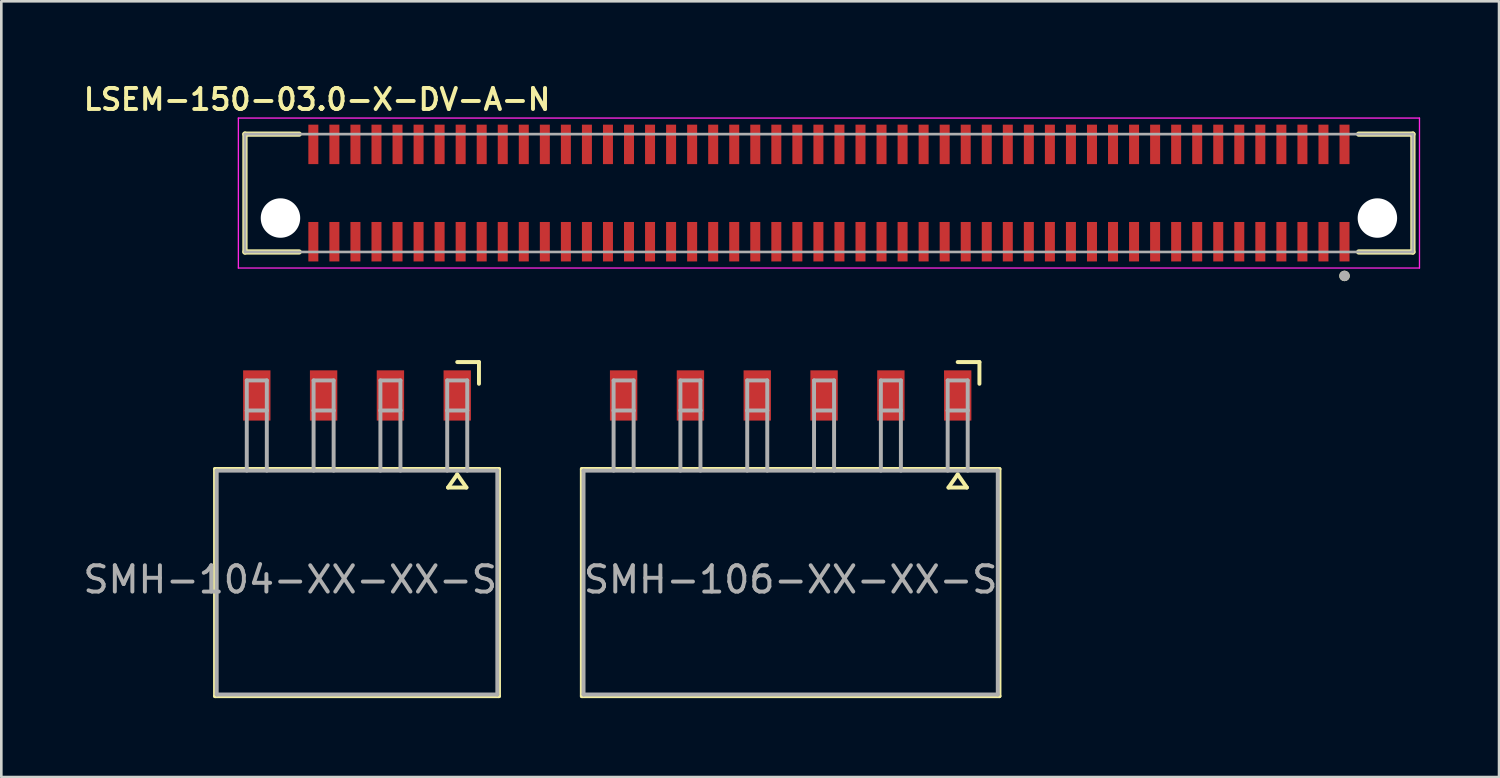
<source format=kicad_pcb>
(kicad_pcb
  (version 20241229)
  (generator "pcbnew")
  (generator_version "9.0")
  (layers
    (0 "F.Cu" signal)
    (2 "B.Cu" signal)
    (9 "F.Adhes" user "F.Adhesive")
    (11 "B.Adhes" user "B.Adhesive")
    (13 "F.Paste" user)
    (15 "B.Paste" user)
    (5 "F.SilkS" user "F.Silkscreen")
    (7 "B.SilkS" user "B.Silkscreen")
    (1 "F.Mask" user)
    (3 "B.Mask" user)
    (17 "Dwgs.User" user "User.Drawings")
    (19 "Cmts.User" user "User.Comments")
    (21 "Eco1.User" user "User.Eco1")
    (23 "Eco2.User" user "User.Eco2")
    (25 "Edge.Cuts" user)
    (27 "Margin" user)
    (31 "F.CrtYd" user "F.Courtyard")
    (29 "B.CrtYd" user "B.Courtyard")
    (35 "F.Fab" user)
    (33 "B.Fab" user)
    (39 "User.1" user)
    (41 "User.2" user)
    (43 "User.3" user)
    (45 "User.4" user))
  (footprint "SMH-104-XX-XX-S"
    (layer "F.Cu")
    (at 10.522 18.984)
    (property "Reference" "SMH-104-XX-XX-S" (at -2.54 0 0) (layer "F.Fab") (effects (font (size 1 1) (thickness 0.15))))
    (attr smd)
    (fp_line (start -5.397 -4.206) (end 5.397 -4.206) (stroke (width 0.15) (type solid)) (layer "F.SilkS"))
    (fp_line (start -5.397 4.43) (end -5.397 -4.206) (stroke (width 0.15) (type solid)) (layer "F.SilkS"))
    (fp_line (start 3.46 -3.5) (end 4.16 -3.5) (stroke (width 0.15) (type solid)) (layer "F.SilkS"))
    (fp_line (start 3.81 -8.27) (end 4.636 -8.27) (stroke (width 0.15) (type solid)) (layer "F.SilkS"))
    (fp_line (start 3.81 -4) (end 3.46 -3.5) (stroke (width 0.15) (type solid)) (layer "F.SilkS"))
    (fp_line (start 4.16 -3.5) (end 3.81 -4) (stroke (width 0.15) (type solid)) (layer "F.SilkS"))
    (fp_line (start 4.636 -8.27) (end 4.636 -7.444) (stroke (width 0.15) (type solid)) (layer "F.SilkS"))
    (fp_line (start 5.397 -4.206) (end 5.397 4.43) (stroke (width 0.15) (type solid)) (layer "F.SilkS"))
    (fp_line (start 5.397 4.43) (end -5.397 4.43) (stroke (width 0.15) (type solid)) (layer "F.SilkS"))
    (fp_line (start -5.334 -4.143) (end 5.334 -4.143) (stroke (width 0.15) (type solid)) (layer "F.Fab"))
    (fp_line (start -5.334 4.367) (end -5.334 -4.143) (stroke (width 0.15) (type solid)) (layer "F.Fab"))
    (fp_line (start -4.191 -7.572) (end -3.429 -7.572) (stroke (width 0.15) (type solid)) (layer "F.Fab"))
    (fp_line (start -4.191 -6.428) (end -4.191 -7.572) (stroke (width 0.15) (type solid)) (layer "F.Fab"))
    (fp_line (start -4.191 -6.428) (end -4.191 -4.143) (stroke (width 0.15) (type solid)) (layer "F.Fab"))
    (fp_line (start -3.429 -7.572) (end -3.429 -6.428) (stroke (width 0.15) (type solid)) (layer "F.Fab"))
    (fp_line (start -3.429 -6.428) (end -4.191 -6.428) (stroke (width 0.15) (type solid)) (layer "F.Fab"))
    (fp_line (start -3.429 -4.143) (end -3.429 -6.428) (stroke (width 0.15) (type solid)) (layer "F.Fab"))
    (fp_line (start -1.651 -7.572) (end -0.889 -7.572) (stroke (width 0.15) (type solid)) (layer "F.Fab"))
    (fp_line (start -1.651 -6.428) (end -1.651 -7.572) (stroke (width 0.15) (type solid)) (layer "F.Fab"))
    (fp_line (start -1.651 -6.428) (end -1.651 -4.143) (stroke (width 0.15) (type solid)) (layer "F.Fab"))
    (fp_line (start -0.889 -7.572) (end -0.889 -6.428) (stroke (width 0.15) (type solid)) (layer "F.Fab"))
    (fp_line (start -0.889 -6.428) (end -1.651 -6.428) (stroke (width 0.15) (type solid)) (layer "F.Fab"))
    (fp_line (start -0.889 -4.143) (end -0.889 -6.428) (stroke (width 0.15) (type solid)) (layer "F.Fab"))
    (fp_line (start 0.889 -7.572) (end 1.651 -7.572) (stroke (width 0.15) (type solid)) (layer "F.Fab"))
    (fp_line (start 0.889 -6.428) (end 0.889 -7.572) (stroke (width 0.15) (type solid)) (layer "F.Fab"))
    (fp_line (start 0.889 -6.428) (end 0.889 -4.143) (stroke (width 0.15) (type solid)) (layer "F.Fab"))
    (fp_line (start 1.651 -7.572) (end 1.651 -6.428) (stroke (width 0.15) (type solid)) (layer "F.Fab"))
    (fp_line (start 1.651 -6.428) (end 0.889 -6.428) (stroke (width 0.15) (type solid)) (layer "F.Fab"))
    (fp_line (start 1.651 -4.143) (end 1.651 -6.428) (stroke (width 0.15) (type solid)) (layer "F.Fab"))
    (fp_line (start 3.429 -7.572) (end 4.191 -7.572) (stroke (width 0.15) (type solid)) (layer "F.Fab"))
    (fp_line (start 3.429 -6.428) (end 3.429 -7.572) (stroke (width 0.15) (type solid)) (layer "F.Fab"))
    (fp_line (start 3.429 -6.428) (end 3.429 -4.143) (stroke (width 0.15) (type solid)) (layer "F.Fab"))
    (fp_line (start 4.191 -7.572) (end 4.191 -6.428) (stroke (width 0.15) (type solid)) (layer "F.Fab"))
    (fp_line (start 4.191 -6.428) (end 3.429 -6.428) (stroke (width 0.15) (type solid)) (layer "F.Fab"))
    (fp_line (start 4.191 -4.143) (end 4.191 -6.428) (stroke (width 0.15) (type solid)) (layer "F.Fab"))
    (fp_line (start 5.334 -4.143) (end 5.334 4.367) (stroke (width 0.15) (type solid)) (layer "F.Fab"))
    (fp_line (start 5.334 4.367) (end -5.334 4.367) (stroke (width 0.15) (type solid)) (layer "F.Fab"))
    (pad "1" smd rect (at 3.81 -7) (size 1.04 1.91) (layers "F.Cu" "F.Mask" "F.Paste"))
    (pad "2" smd rect (at 1.27 -7) (size 1.04 1.91) (layers "F.Cu" "F.Mask" "F.Paste"))
    (pad "3" smd rect (at -1.27 -7) (size 1.04 1.91) (layers "F.Cu" "F.Mask" "F.Paste"))
    (pad "4" smd rect (at -3.81 -7) (size 1.04 1.91) (layers "F.Cu" "F.Mask" "F.Paste")))
  (footprint "SMH-106-XX-XX-S"
    (layer "F.Cu")
    (at 27.007 18.984)
    (property "Reference" "SMH-106-XX-XX-S" (at 0 0 0) (layer "F.Fab") (effects (font (size 1 1) (thickness 0.15))))
    (attr smd)
    (fp_line (start -7.938 -4.206) (end 7.938 -4.206) (stroke (width 0.15) (type solid)) (layer "F.SilkS"))
    (fp_line (start -7.938 4.43) (end -7.938 -4.206) (stroke (width 0.15) (type solid)) (layer "F.SilkS"))
    (fp_line (start 6 -3.5) (end 6.7 -3.5) (stroke (width 0.15) (type solid)) (layer "F.SilkS"))
    (fp_line (start 6.35 -8.27) (end 7.176 -8.27) (stroke (width 0.15) (type solid)) (layer "F.SilkS"))
    (fp_line (start 6.35 -4) (end 6 -3.5) (stroke (width 0.15) (type solid)) (layer "F.SilkS"))
    (fp_line (start 6.7 -3.5) (end 6.35 -4) (stroke (width 0.15) (type solid)) (layer "F.SilkS"))
    (fp_line (start 7.176 -8.27) (end 7.176 -7.444) (stroke (width 0.15) (type solid)) (layer "F.SilkS"))
    (fp_line (start 7.938 -4.206) (end 7.938 4.43) (stroke (width 0.15) (type solid)) (layer "F.SilkS"))
    (fp_line (start 7.938 4.43) (end -7.938 4.43) (stroke (width 0.15) (type solid)) (layer "F.SilkS"))
    (fp_line (start -7.874 -4.143) (end 7.874 -4.143) (stroke (width 0.15) (type solid)) (layer "F.Fab"))
    (fp_line (start -7.874 4.367) (end -7.874 -4.143) (stroke (width 0.15) (type solid)) (layer "F.Fab"))
    (fp_line (start -6.731 -7.572) (end -5.969 -7.572) (stroke (width 0.15) (type solid)) (layer "F.Fab"))
    (fp_line (start -6.731 -6.428) (end -6.731 -7.572) (stroke (width 0.15) (type solid)) (layer "F.Fab"))
    (fp_line (start -6.731 -6.428) (end -6.731 -4.143) (stroke (width 0.15) (type solid)) (layer "F.Fab"))
    (fp_line (start -5.969 -7.572) (end -5.969 -6.428) (stroke (width 0.15) (type solid)) (layer "F.Fab"))
    (fp_line (start -5.969 -6.428) (end -6.731 -6.428) (stroke (width 0.15) (type solid)) (layer "F.Fab"))
    (fp_line (start -5.969 -4.143) (end -5.969 -6.428) (stroke (width 0.15) (type solid)) (layer "F.Fab"))
    (fp_line (start -4.191 -7.572) (end -3.429 -7.572) (stroke (width 0.15) (type solid)) (layer "F.Fab"))
    (fp_line (start -4.191 -6.428) (end -4.191 -7.572) (stroke (width 0.15) (type solid)) (layer "F.Fab"))
    (fp_line (start -4.191 -6.428) (end -4.191 -4.143) (stroke (width 0.15) (type solid)) (layer "F.Fab"))
    (fp_line (start -3.429 -7.572) (end -3.429 -6.428) (stroke (width 0.15) (type solid)) (layer "F.Fab"))
    (fp_line (start -3.429 -6.428) (end -4.191 -6.428) (stroke (width 0.15) (type solid)) (layer "F.Fab"))
    (fp_line (start -3.429 -4.143) (end -3.429 -6.428) (stroke (width 0.15) (type solid)) (layer "F.Fab"))
    (fp_line (start -1.651 -7.572) (end -0.889 -7.572) (stroke (width 0.15) (type solid)) (layer "F.Fab"))
    (fp_line (start -1.651 -6.428) (end -1.651 -7.572) (stroke (width 0.15) (type solid)) (layer "F.Fab"))
    (fp_line (start -1.651 -6.428) (end -1.651 -4.143) (stroke (width 0.15) (type solid)) (layer "F.Fab"))
    (fp_line (start -0.889 -7.572) (end -0.889 -6.428) (stroke (width 0.15) (type solid)) (layer "F.Fab"))
    (fp_line (start -0.889 -6.428) (end -1.651 -6.428) (stroke (width 0.15) (type solid)) (layer "F.Fab"))
    (fp_line (start -0.889 -4.143) (end -0.889 -6.428) (stroke (width 0.15) (type solid)) (layer "F.Fab"))
    (fp_line (start 0.889 -7.572) (end 1.651 -7.572) (stroke (width 0.15) (type solid)) (layer "F.Fab"))
    (fp_line (start 0.889 -6.428) (end 0.889 -7.572) (stroke (width 0.15) (type solid)) (layer "F.Fab"))
    (fp_line (start 0.889 -6.428) (end 0.889 -4.143) (stroke (width 0.15) (type solid)) (layer "F.Fab"))
    (fp_line (start 1.651 -7.572) (end 1.651 -6.428) (stroke (width 0.15) (type solid)) (layer "F.Fab"))
    (fp_line (start 1.651 -6.428) (end 0.889 -6.428) (stroke (width 0.15) (type solid)) (layer "F.Fab"))
    (fp_line (start 1.651 -4.143) (end 1.651 -6.428) (stroke (width 0.15) (type solid)) (layer "F.Fab"))
    (fp_line (start 3.429 -7.572) (end 4.191 -7.572) (stroke (width 0.15) (type solid)) (layer "F.Fab"))
    (fp_line (start 3.429 -6.428) (end 3.429 -7.572) (stroke (width 0.15) (type solid)) (layer "F.Fab"))
    (fp_line (start 3.429 -6.428) (end 3.429 -4.143) (stroke (width 0.15) (type solid)) (layer "F.Fab"))
    (fp_line (start 4.191 -7.572) (end 4.191 -6.428) (stroke (width 0.15) (type solid)) (layer "F.Fab"))
    (fp_line (start 4.191 -6.428) (end 3.429 -6.428) (stroke (width 0.15) (type solid)) (layer "F.Fab"))
    (fp_line (start 4.191 -4.143) (end 4.191 -6.428) (stroke (width 0.15) (type solid)) (layer "F.Fab"))
    (fp_line (start 5.969 -7.572) (end 6.731 -7.572) (stroke (width 0.15) (type solid)) (layer "F.Fab"))
    (fp_line (start 5.969 -6.428) (end 5.969 -7.572) (stroke (width 0.15) (type solid)) (layer "F.Fab"))
    (fp_line (start 5.969 -6.428) (end 5.969 -4.143) (stroke (width 0.15) (type solid)) (layer "F.Fab"))
    (fp_line (start 6.731 -7.572) (end 6.731 -6.428) (stroke (width 0.15) (type solid)) (layer "F.Fab"))
    (fp_line (start 6.731 -6.428) (end 5.969 -6.428) (stroke (width 0.15) (type solid)) (layer "F.Fab"))
    (fp_line (start 6.731 -4.143) (end 6.731 -6.428) (stroke (width 0.15) (type solid)) (layer "F.Fab"))
    (fp_line (start 7.874 -4.143) (end 7.874 4.367) (stroke (width 0.15) (type solid)) (layer "F.Fab"))
    (fp_line (start 7.874 4.367) (end -7.874 4.367) (stroke (width 0.15) (type solid)) (layer "F.Fab"))
    (pad "1" smd rect (at 6.35 -7) (size 1.04 1.91) (layers "F.Cu" "F.Mask" "F.Paste"))
    (pad "2" smd rect (at 3.81 -7) (size 1.04 1.91) (layers "F.Cu" "F.Mask" "F.Paste"))
    (pad "3" smd rect (at 1.27 -7) (size 1.04 1.91) (layers "F.Cu" "F.Mask" "F.Paste"))
    (pad "4" smd rect (at -1.27 -7) (size 1.04 1.91) (layers "F.Cu" "F.Mask" "F.Paste"))
    (pad "5" smd rect (at -3.81 -7) (size 1.04 1.91) (layers "F.Cu" "F.Mask" "F.Paste"))
    (pad "6" smd rect (at -6.35 -7) (size 1.04 1.91) (layers "F.Cu" "F.Mask" "F.Paste")))
  (footprint "LSEM-150-03.0-X-DV-A-N"
    (layer "F.Cu")
    (at 28.462 5.239)
    (property "Reference" "LSEM-150-03.0-X-DV-A-N" (at -19.46 -4.508 0) (layer "F.SilkS") (effects (font (size 0.8 0.8) (thickness 0.15))))
    (attr smd)
    (fp_line (start -22.2 -3.19) (end -22.2 1.29) (stroke (width 0.2) (type solid)) (layer "F.SilkS"))
    (fp_line (start -22.2 1.29) (end -20.14 1.29) (stroke (width 0.2) (type solid)) (layer "F.SilkS"))
    (fp_line (start -20.14 -3.19) (end -22.2 -3.19) (stroke (width 0.2) (type solid)) (layer "F.SilkS"))
    (fp_line (start 20.14 -3.19) (end 22.2 -3.19) (stroke (width 0.2) (type solid)) (layer "F.SilkS"))
    (fp_line (start 22.2 -3.19) (end 22.2 1.29) (stroke (width 0.2) (type solid)) (layer "F.SilkS"))
    (fp_line (start 22.2 1.29) (end 20.14 1.29) (stroke (width 0.2) (type solid)) (layer "F.SilkS"))
    (fp_circle (center 19.6 2.2) (end 19.7 2.2) (stroke (width 0.2) (type solid)) (fill no) (layer "F.SilkS"))
    (fp_line (start -22.45 -3.8) (end -22.45 1.9) (stroke (width 0.05) (type solid)) (layer "F.CrtYd"))
    (fp_line (start -22.45 1.9) (end 22.45 1.9) (stroke (width 0.05) (type solid)) (layer "F.CrtYd"))
    (fp_line (start 22.45 -3.8) (end -22.45 -3.8) (stroke (width 0.05) (type solid)) (layer "F.CrtYd"))
    (fp_line (start 22.45 1.9) (end 22.45 -3.8) (stroke (width 0.05) (type solid)) (layer "F.CrtYd"))
    (fp_line (start -22.2 -3.19) (end -22.2 1.29) (stroke (width 0.1) (type solid)) (layer "F.Fab"))
    (fp_line (start -22.2 1.29) (end 22.2 1.29) (stroke (width 0.1) (type solid)) (layer "F.Fab"))
    (fp_line (start 22.2 -3.19) (end -22.2 -3.19) (stroke (width 0.1) (type solid)) (layer "F.Fab"))
    (fp_line (start 22.2 1.29) (end 22.2 -3.19) (stroke (width 0.1) (type solid)) (layer "F.Fab"))
    (fp_circle (center 19.6 2.2) (end 19.7 2.2) (stroke (width 0.2) (type solid)) (fill no) (layer "F.Fab"))
    (pad "" np_thru_hole circle (at -20.85 0) (size 1.5 1.5) (drill 1.5) (layers "*.Cu" "*.Mask"))
    (pad "" np_thru_hole circle (at 20.85 0) (size 1.5 1.5) (drill 1.5) (layers "*.Cu" "*.Mask"))
    (pad "1" smd rect (at 19.6 0.9) (size 0.38 1.5) (layers "F.Cu" "F.Mask" "F.Paste"))
    (pad "2" smd rect (at 19.6 -2.8) (size 0.38 1.5) (layers "F.Cu" "F.Mask" "F.Paste"))
    (pad "3" smd rect (at 18.8 0.9) (size 0.38 1.5) (layers "F.Cu" "F.Mask" "F.Paste"))
    (pad "4" smd rect (at 18.8 -2.8) (size 0.38 1.5) (layers "F.Cu" "F.Mask" "F.Paste"))
    (pad "5" smd rect (at 18 0.9) (size 0.38 1.5) (layers "F.Cu" "F.Mask" "F.Paste"))
    (pad "6" smd rect (at 18 -2.8) (size 0.38 1.5) (layers "F.Cu" "F.Mask" "F.Paste"))
    (pad "7" smd rect (at 17.2 0.9) (size 0.38 1.5) (layers "F.Cu" "F.Mask" "F.Paste"))
    (pad "8" smd rect (at 17.2 -2.8) (size 0.38 1.5) (layers "F.Cu" "F.Mask" "F.Paste"))
    (pad "9" smd rect (at 16.4 0.9) (size 0.38 1.5) (layers "F.Cu" "F.Mask" "F.Paste"))
    (pad "10" smd rect (at 16.4 -2.8) (size 0.38 1.5) (layers "F.Cu" "F.Mask" "F.Paste"))
    (pad "11" smd rect (at 15.6 0.9) (size 0.38 1.5) (layers "F.Cu" "F.Mask" "F.Paste"))
    (pad "12" smd rect (at 15.6 -2.8) (size 0.38 1.5) (layers "F.Cu" "F.Mask" "F.Paste"))
    (pad "13" smd rect (at 14.8 0.9) (size 0.38 1.5) (layers "F.Cu" "F.Mask" "F.Paste"))
    (pad "14" smd rect (at 14.8 -2.8) (size 0.38 1.5) (layers "F.Cu" "F.Mask" "F.Paste"))
    (pad "15" smd rect (at 14 0.9) (size 0.38 1.5) (layers "F.Cu" "F.Mask" "F.Paste"))
    (pad "16" smd rect (at 14 -2.8) (size 0.38 1.5) (layers "F.Cu" "F.Mask" "F.Paste"))
    (pad "17" smd rect (at 13.2 0.9) (size 0.38 1.5) (layers "F.Cu" "F.Mask" "F.Paste"))
    (pad "18" smd rect (at 13.2 -2.8) (size 0.38 1.5) (layers "F.Cu" "F.Mask" "F.Paste"))
    (pad "19" smd rect (at 12.4 0.9) (size 0.38 1.5) (layers "F.Cu" "F.Mask" "F.Paste"))
    (pad "20" smd rect (at 12.4 -2.8) (size 0.38 1.5) (layers "F.Cu" "F.Mask" "F.Paste"))
    (pad "21" smd rect (at 11.6 0.9) (size 0.38 1.5) (layers "F.Cu" "F.Mask" "F.Paste"))
    (pad "22" smd rect (at 11.6 -2.8) (size 0.38 1.5) (layers "F.Cu" "F.Mask" "F.Paste"))
    (pad "23" smd rect (at 10.8 0.9) (size 0.38 1.5) (layers "F.Cu" "F.Mask" "F.Paste"))
    (pad "24" smd rect (at 10.8 -2.8) (size 0.38 1.5) (layers "F.Cu" "F.Mask" "F.Paste"))
    (pad "25" smd rect (at 10 0.9) (size 0.38 1.5) (layers "F.Cu" "F.Mask" "F.Paste"))
    (pad "26" smd rect (at 10 -2.8) (size 0.38 1.5) (layers "F.Cu" "F.Mask" "F.Paste"))
    (pad "27" smd rect (at 9.2 0.9) (size 0.38 1.5) (layers "F.Cu" "F.Mask" "F.Paste"))
    (pad "28" smd rect (at 9.2 -2.8) (size 0.38 1.5) (layers "F.Cu" "F.Mask" "F.Paste"))
    (pad "29" smd rect (at 8.4 0.9) (size 0.38 1.5) (layers "F.Cu" "F.Mask" "F.Paste"))
    (pad "30" smd rect (at 8.4 -2.8) (size 0.38 1.5) (layers "F.Cu" "F.Mask" "F.Paste"))
    (pad "31" smd rect (at 7.6 0.9) (size 0.38 1.5) (layers "F.Cu" "F.Mask" "F.Paste"))
    (pad "32" smd rect (at 7.6 -2.8) (size 0.38 1.5) (layers "F.Cu" "F.Mask" "F.Paste"))
    (pad "33" smd rect (at 6.8 0.9) (size 0.38 1.5) (layers "F.Cu" "F.Mask" "F.Paste"))
    (pad "34" smd rect (at 6.8 -2.8) (size 0.38 1.5) (layers "F.Cu" "F.Mask" "F.Paste"))
    (pad "35" smd rect (at 6 0.9) (size 0.38 1.5) (layers "F.Cu" "F.Mask" "F.Paste"))
    (pad "36" smd rect (at 6 -2.8) (size 0.38 1.5) (layers "F.Cu" "F.Mask" "F.Paste"))
    (pad "37" smd rect (at 5.2 0.9) (size 0.38 1.5) (layers "F.Cu" "F.Mask" "F.Paste"))
    (pad "38" smd rect (at 5.2 -2.8) (size 0.38 1.5) (layers "F.Cu" "F.Mask" "F.Paste"))
    (pad "39" smd rect (at 4.4 0.9) (size 0.38 1.5) (layers "F.Cu" "F.Mask" "F.Paste"))
    (pad "40" smd rect (at 4.4 -2.8) (size 0.38 1.5) (layers "F.Cu" "F.Mask" "F.Paste"))
    (pad "41" smd rect (at 3.6 0.9) (size 0.38 1.5) (layers "F.Cu" "F.Mask" "F.Paste"))
    (pad "42" smd rect (at 3.6 -2.8) (size 0.38 1.5) (layers "F.Cu" "F.Mask" "F.Paste"))
    (pad "43" smd rect (at 2.8 0.9) (size 0.38 1.5) (layers "F.Cu" "F.Mask" "F.Paste"))
    (pad "44" smd rect (at 2.8 -2.8) (size 0.38 1.5) (layers "F.Cu" "F.Mask" "F.Paste"))
    (pad "45" smd rect (at 2 0.9) (size 0.38 1.5) (layers "F.Cu" "F.Mask" "F.Paste"))
    (pad "46" smd rect (at 2 -2.8) (size 0.38 1.5) (layers "F.Cu" "F.Mask" "F.Paste"))
    (pad "47" smd rect (at 1.2 0.9) (size 0.38 1.5) (layers "F.Cu" "F.Mask" "F.Paste"))
    (pad "48" smd rect (at 1.2 -2.8) (size 0.38 1.5) (layers "F.Cu" "F.Mask" "F.Paste"))
    (pad "49" smd rect (at 0.4 0.9) (size 0.38 1.5) (layers "F.Cu" "F.Mask" "F.Paste"))
    (pad "50" smd rect (at 0.4 -2.8) (size 0.38 1.5) (layers "F.Cu" "F.Mask" "F.Paste"))
    (pad "51" smd rect (at -0.4 0.9) (size 0.38 1.5) (layers "F.Cu" "F.Mask" "F.Paste"))
    (pad "52" smd rect (at -0.4 -2.8) (size 0.38 1.5) (layers "F.Cu" "F.Mask" "F.Paste"))
    (pad "53" smd rect (at -1.2 0.9) (size 0.38 1.5) (layers "F.Cu" "F.Mask" "F.Paste"))
    (pad "54" smd rect (at -1.2 -2.8) (size 0.38 1.5) (layers "F.Cu" "F.Mask" "F.Paste"))
    (pad "55" smd rect (at -2 0.9) (size 0.38 1.5) (layers "F.Cu" "F.Mask" "F.Paste"))
    (pad "56" smd rect (at -2 -2.8) (size 0.38 1.5) (layers "F.Cu" "F.Mask" "F.Paste"))
    (pad "57" smd rect (at -2.8 0.9) (size 0.38 1.5) (layers "F.Cu" "F.Mask" "F.Paste"))
    (pad "58" smd rect (at -2.8 -2.8) (size 0.38 1.5) (layers "F.Cu" "F.Mask" "F.Paste"))
    (pad "59" smd rect (at -3.6 0.9) (size 0.38 1.5) (layers "F.Cu" "F.Mask" "F.Paste"))
    (pad "60" smd rect (at -3.6 -2.8) (size 0.38 1.5) (layers "F.Cu" "F.Mask" "F.Paste"))
    (pad "61" smd rect (at -4.4 0.9) (size 0.38 1.5) (layers "F.Cu" "F.Mask" "F.Paste"))
    (pad "62" smd rect (at -4.4 -2.8) (size 0.38 1.5) (layers "F.Cu" "F.Mask" "F.Paste"))
    (pad "63" smd rect (at -5.2 0.9) (size 0.38 1.5) (layers "F.Cu" "F.Mask" "F.Paste"))
    (pad "64" smd rect (at -5.2 -2.8) (size 0.38 1.5) (layers "F.Cu" "F.Mask" "F.Paste"))
    (pad "65" smd rect (at -6 0.9) (size 0.38 1.5) (layers "F.Cu" "F.Mask" "F.Paste"))
    (pad "66" smd rect (at -6 -2.8) (size 0.38 1.5) (layers "F.Cu" "F.Mask" "F.Paste"))
    (pad "67" smd rect (at -6.8 0.9) (size 0.38 1.5) (layers "F.Cu" "F.Mask" "F.Paste"))
    (pad "68" smd rect (at -6.8 -2.8) (size 0.38 1.5) (layers "F.Cu" "F.Mask" "F.Paste"))
    (pad "69" smd rect (at -7.6 0.9) (size 0.38 1.5) (layers "F.Cu" "F.Mask" "F.Paste"))
    (pad "70" smd rect (at -7.6 -2.8) (size 0.38 1.5) (layers "F.Cu" "F.Mask" "F.Paste"))
    (pad "71" smd rect (at -8.4 0.9) (size 0.38 1.5) (layers "F.Cu" "F.Mask" "F.Paste"))
    (pad "72" smd rect (at -8.4 -2.8) (size 0.38 1.5) (layers "F.Cu" "F.Mask" "F.Paste"))
    (pad "73" smd rect (at -9.2 0.9) (size 0.38 1.5) (layers "F.Cu" "F.Mask" "F.Paste"))
    (pad "74" smd rect (at -9.2 -2.8) (size 0.38 1.5) (layers "F.Cu" "F.Mask" "F.Paste"))
    (pad "75" smd rect (at -10 0.9) (size 0.38 1.5) (layers "F.Cu" "F.Mask" "F.Paste"))
    (pad "76" smd rect (at -10 -2.8) (size 0.38 1.5) (layers "F.Cu" "F.Mask" "F.Paste"))
    (pad "77" smd rect (at -10.8 0.9) (size 0.38 1.5) (layers "F.Cu" "F.Mask" "F.Paste"))
    (pad "78" smd rect (at -10.8 -2.8) (size 0.38 1.5) (layers "F.Cu" "F.Mask" "F.Paste"))
    (pad "79" smd rect (at -11.6 0.9) (size 0.38 1.5) (layers "F.Cu" "F.Mask" "F.Paste"))
    (pad "80" smd rect (at -11.6 -2.8) (size 0.38 1.5) (layers "F.Cu" "F.Mask" "F.Paste"))
    (pad "81" smd rect (at -12.4 0.9) (size 0.38 1.5) (layers "F.Cu" "F.Mask" "F.Paste"))
    (pad "82" smd rect (at -12.4 -2.8) (size 0.38 1.5) (layers "F.Cu" "F.Mask" "F.Paste"))
    (pad "83" smd rect (at -13.2 0.9) (size 0.38 1.5) (layers "F.Cu" "F.Mask" "F.Paste"))
    (pad "84" smd rect (at -13.2 -2.8) (size 0.38 1.5) (layers "F.Cu" "F.Mask" "F.Paste"))
    (pad "85" smd rect (at -14 0.9) (size 0.38 1.5) (layers "F.Cu" "F.Mask" "F.Paste"))
    (pad "86" smd rect (at -14 -2.8) (size 0.38 1.5) (layers "F.Cu" "F.Mask" "F.Paste"))
    (pad "87" smd rect (at -14.8 0.9) (size 0.38 1.5) (layers "F.Cu" "F.Mask" "F.Paste"))
    (pad "88" smd rect (at -14.8 -2.8) (size 0.38 1.5) (layers "F.Cu" "F.Mask" "F.Paste"))
    (pad "89" smd rect (at -15.6 0.9) (size 0.38 1.5) (layers "F.Cu" "F.Mask" "F.Paste"))
    (pad "90" smd rect (at -15.6 -2.8) (size 0.38 1.5) (layers "F.Cu" "F.Mask" "F.Paste"))
    (pad "91" smd rect (at -16.4 0.9) (size 0.38 1.5) (layers "F.Cu" "F.Mask" "F.Paste"))
    (pad "92" smd rect (at -16.4 -2.8) (size 0.38 1.5) (layers "F.Cu" "F.Mask" "F.Paste"))
    (pad "93" smd rect (at -17.2 0.9) (size 0.38 1.5) (layers "F.Cu" "F.Mask" "F.Paste"))
    (pad "94" smd rect (at -17.2 -2.8) (size 0.38 1.5) (layers "F.Cu" "F.Mask" "F.Paste"))
    (pad "95" smd rect (at -18 0.9) (size 0.38 1.5) (layers "F.Cu" "F.Mask" "F.Paste"))
    (pad "96" smd rect (at -18 -2.8) (size 0.38 1.5) (layers "F.Cu" "F.Mask" "F.Paste"))
    (pad "97" smd rect (at -18.8 0.9) (size 0.38 1.5) (layers "F.Cu" "F.Mask" "F.Paste"))
    (pad "98" smd rect (at -18.8 -2.8) (size 0.38 1.5) (layers "F.Cu" "F.Mask" "F.Paste"))
    (pad "99" smd rect (at -19.6 0.9) (size 0.38 1.5) (layers "F.Cu" "F.Mask" "F.Paste"))
    (pad "100" smd rect (at -19.6 -2.8) (size 0.38 1.5) (layers "F.Cu" "F.Mask" "F.Paste")))
  (gr_rect
    (start -3 -3)
    (end 53.937 26.489)
    (stroke (width 0.1) (type default))
    (fill no)
    (layer "Edge.Cuts")))
</source>
